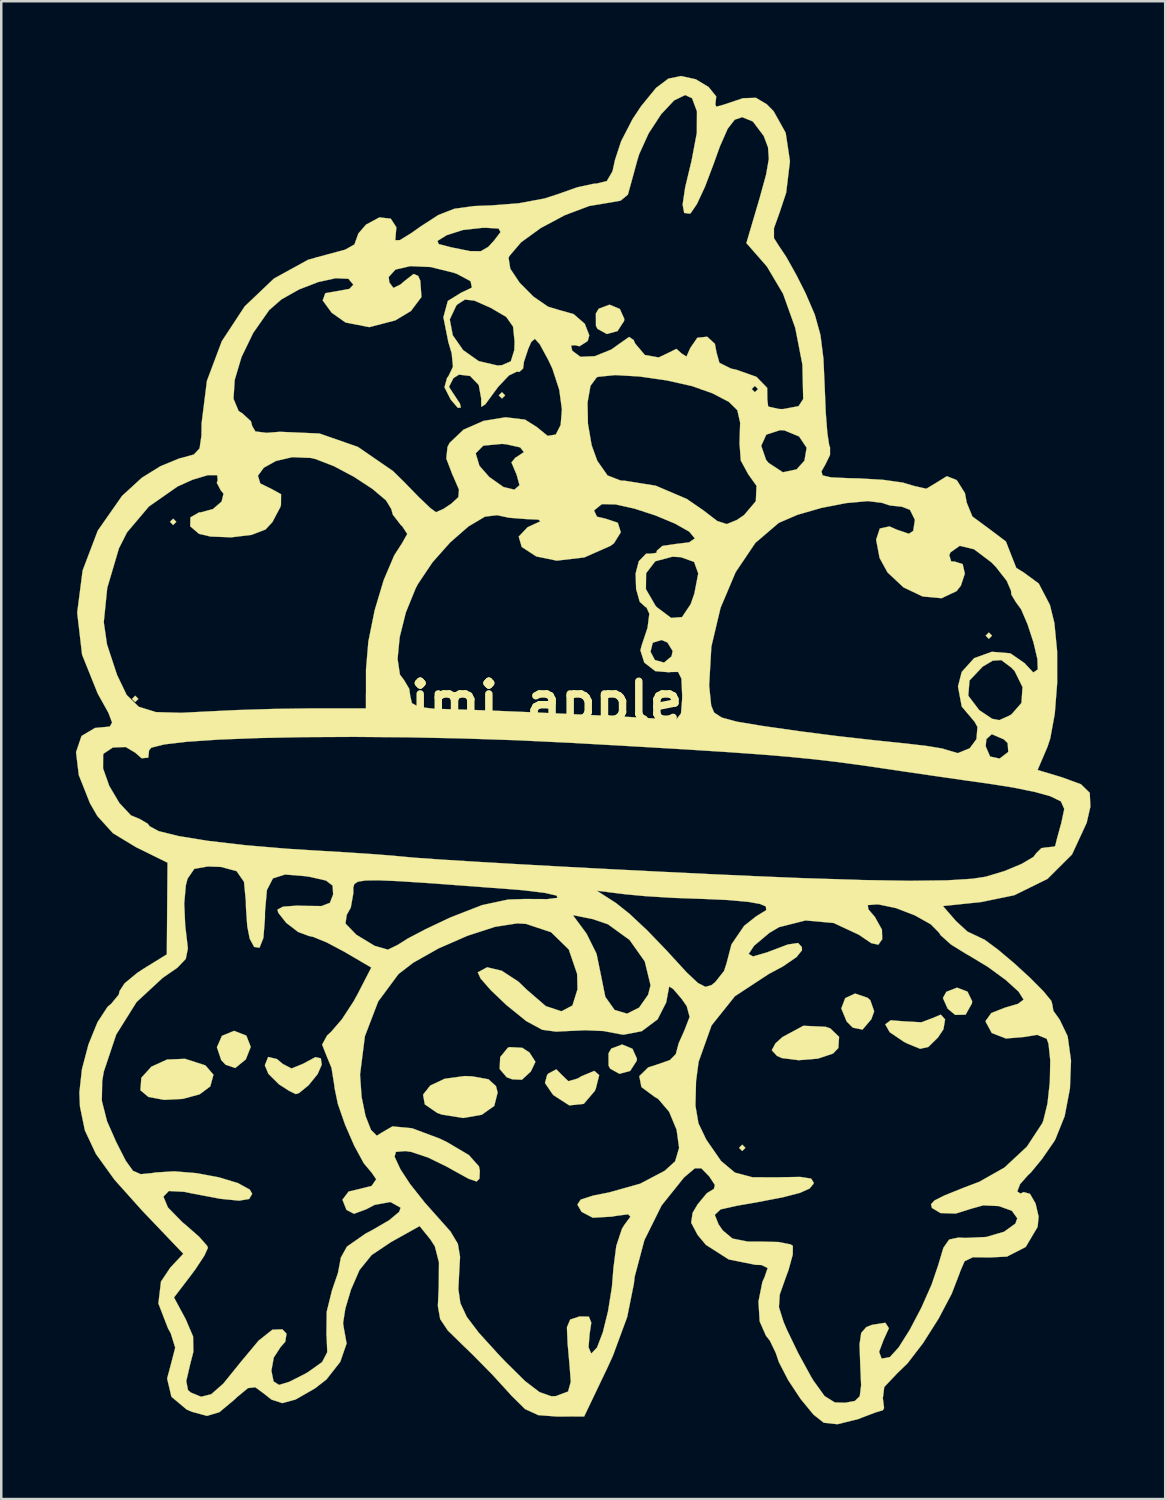
<source format=kicad_pcb>
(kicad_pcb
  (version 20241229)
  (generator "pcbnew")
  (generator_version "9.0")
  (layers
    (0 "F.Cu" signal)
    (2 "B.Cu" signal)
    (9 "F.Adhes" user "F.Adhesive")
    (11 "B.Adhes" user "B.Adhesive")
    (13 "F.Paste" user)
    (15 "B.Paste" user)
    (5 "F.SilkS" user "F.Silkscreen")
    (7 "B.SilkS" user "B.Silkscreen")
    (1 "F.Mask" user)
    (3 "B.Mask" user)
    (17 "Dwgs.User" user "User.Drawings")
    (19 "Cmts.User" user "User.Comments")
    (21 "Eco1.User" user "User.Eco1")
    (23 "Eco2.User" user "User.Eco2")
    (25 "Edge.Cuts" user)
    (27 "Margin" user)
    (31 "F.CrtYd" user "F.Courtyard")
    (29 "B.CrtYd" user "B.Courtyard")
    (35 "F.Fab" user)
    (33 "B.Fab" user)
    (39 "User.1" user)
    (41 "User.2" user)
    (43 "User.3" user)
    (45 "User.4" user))
  (footprint "mimi_apples"
    (layer "F.Cu")
    (at 18.51 25.151)
    (property "Reference" "mimi_apples" (at 0 0 0) (layer "F.SilkS") (effects (font (size 1.524 1.524) (thickness 0.3))))
    (attr through_hole)
    (fp_poly (pts (xy -16.002 -0.127) (xy -16.129 0) (xy -16.256 -0.127) (xy -16.129 -0.254) (xy -16.002 -0.127)) (stroke (width 0.01) (type solid)) (fill yes) (layer "F.SilkS"))
    (fp_poly (pts (xy -14.478 -7.239) (xy -14.605 -7.112) (xy -14.732 -7.239) (xy -14.605 -7.366) (xy -14.478 -7.239)) (stroke (width 0.01) (type solid)) (fill yes) (layer "F.SilkS"))
    (fp_poly (pts (xy -1.27 -12.319) (xy -1.397 -12.192) (xy -1.524 -12.319) (xy -1.397 -12.446) (xy -1.27 -12.319)) (stroke (width 0.01) (type solid)) (fill yes) (layer "F.SilkS"))
    (fp_poly (pts (xy 8.382 17.907) (xy 8.255 18.034) (xy 8.128 17.907) (xy 8.255 17.78) (xy 8.382 17.907)) (stroke (width 0.01) (type solid)) (fill yes) (layer "F.SilkS"))
    (fp_poly (pts (xy 18.288 -2.667) (xy 18.161 -2.54) (xy 18.034 -2.667) (xy 18.161 -2.794) (xy 18.288 -2.667)) (stroke (width 0.01) (type solid)) (fill yes) (layer "F.SilkS"))
    (fp_poly (pts (xy -11.664 13.4) (xy -11.488 13.853) (xy -11.687 14.354) (xy -12.11 14.7) (xy -12.496 14.571) (xy -12.673 14.383) (xy -12.847 13.868) (xy -12.644 13.407) (xy -12.157 13.208) (xy -11.664 13.4)) (stroke (width 0.01) (type solid)) (fill yes) (layer "F.SilkS"))
    (fp_poly (pts (xy 17.304 11.633) (xy 17.49 12.017) (xy 17.481 12.107) (xy 17.227 12.558) (xy 16.81 12.567) (xy 16.508 12.317) (xy 16.316 11.889) (xy 16.453 11.64) (xy 16.884 11.473) (xy 17.304 11.633)) (stroke (width 0.01) (type solid)) (fill yes) (layer "F.SilkS"))
    (fp_poly (pts (xy 3.338 -15.79) (xy 3.518 -15.391) (xy 3.508 -15.307) (xy 3.246 -14.902) (xy 2.816 -14.784) (xy 2.441 -14.992) (xy 2.379 -15.111) (xy 2.376 -15.608) (xy 2.489 -15.799) (xy 2.922 -15.962) (xy 3.338 -15.79)) (stroke (width 0.01) (type solid)) (fill yes) (layer "F.SilkS"))
    (fp_poly (pts (xy 3.846 13.928) (xy 4.026 14.327) (xy 4.016 14.411) (xy 3.754 14.816) (xy 3.324 14.934) (xy 2.949 14.726) (xy 2.887 14.607) (xy 2.884 14.11) (xy 2.997 13.919) (xy 3.43 13.756) (xy 3.846 13.928)) (stroke (width 0.01) (type solid)) (fill yes) (layer "F.SilkS"))
    (fp_poly (pts (xy 13.286 11.878) (xy 13.399 11.977) (xy 13.555 12.424) (xy 13.441 12.739) (xy 13.086 13.158) (xy 12.696 13.078) (xy 12.449 12.83) (xy 12.234 12.307) (xy 12.392 11.893) (xy 12.787 11.709) (xy 13.286 11.878)) (stroke (width 0.01) (type solid)) (fill yes) (layer "F.SilkS"))
    (fp_poly (pts (xy -0.581 13.889) (xy -0.294 14.075) (xy -0.052 14.451) (xy -0.234 14.834) (xy -0.243 14.846) (xy -0.595 15.171) (xy -0.986 15.154) (xy -1.206 15.072) (xy -1.489 14.74) (xy -1.468 14.264) (xy -1.167 13.893) (xy -1.098 13.861) (xy -0.581 13.889)) (stroke (width 0.01) (type solid)) (fill yes) (layer "F.SilkS"))
    (fp_poly (pts (xy -14.114 14.335) (xy -13.308 14.596) (xy -12.986 14.97) (xy -13.113 15.437) (xy -13.54 15.757) (xy -14.219 15.941) (xy -14.966 15.98) (xy -15.596 15.863) (xy -15.92 15.595) (xy -15.882 15.091) (xy -15.479 14.647) (xy -14.85 14.361) (xy -14.136 14.331) (xy -14.114 14.335)) (stroke (width 0.01) (type solid)) (fill yes) (layer "F.SilkS"))
    (fp_poly (pts (xy 11.605 13.045) (xy 11.79 13.108) (xy 12.146 13.449) (xy 12.116 13.898) (xy 11.899 14.121) (xy 11.294 14.323) (xy 10.522 14.387) (xy 9.848 14.301) (xy 9.652 14.214) (xy 9.442 13.987) (xy 9.59 13.71) (xy 9.871 13.457) (xy 10.711 13.004) (xy 11.605 13.045)) (stroke (width 0.01) (type solid)) (fill yes) (layer "F.SilkS"))
    (fp_poly (pts (xy -2.593 15.035) (xy -1.936 15.154) (xy -1.637 15.429) (xy -1.57 15.684) (xy -1.706 16.222) (xy -2.206 16.577) (xy -2.948 16.708) (xy -3.808 16.572) (xy -4 16.502) (xy -4.496 16.161) (xy -4.566 15.771) (xy -4.277 15.405) (xy -3.697 15.132) (xy -2.895 15.023) (xy -2.593 15.035)) (stroke (width 0.01) (type solid)) (fill yes) (layer "F.SilkS"))
    (fp_poly (pts (xy 16.404 12.748) (xy 16.337 13.145) (xy 16.115 13.478) (xy 15.73 13.855) (xy 15.401 13.928) (xy 14.901 13.724) (xy 14.752 13.649) (xy 14.18 13.263) (xy 14.001 12.947) (xy 14.221 12.782) (xy 14.712 12.823) (xy 15.452 12.864) (xy 15.863 12.71) (xy 16.231 12.556) (xy 16.404 12.748)) (stroke (width 0.01) (type solid)) (fill yes) (layer "F.SilkS"))
    (fp_poly (pts (xy -10.432 14.342) (xy -10.204 14.535) (xy -9.851 14.719) (xy -9.395 14.535) (xy -8.889 14.264) (xy -8.673 14.311) (xy -8.636 14.566) (xy -8.8 14.943) (xy -9.167 15.395) (xy -9.552 15.708) (xy -9.679 15.748) (xy -9.948 15.618) (xy -10.357 15.353) (xy -10.78 14.933) (xy -10.922 14.591) (xy -10.787 14.256) (xy -10.432 14.342)) (stroke (width 0.01) (type solid)) (fill yes) (layer "F.SilkS"))
    (fp_poly (pts (xy 1.019 14.988) (xy 1.27 15.23) (xy 1.638 15.125) (xy 1.795 15.032) (xy 2.312 14.815) (xy 2.509 14.987) (xy 2.371 15.534) (xy 2.333 15.62) (xy 1.891 16.14) (xy 1.31 16.202) (xy 0.684 15.8) (xy 0.63 15.742) (xy 0.331 15.302) (xy 0.419 14.978) (xy 0.474 14.919) (xy 0.787 14.754) (xy 1.019 14.988)) (stroke (width 0.01) (type solid)) (fill yes) (layer "F.SilkS"))
    (fp_poly (pts (xy 6.389 -25.016) (xy 6.904 -24.705) (xy 7.21 -24.327) (xy 7.176 -24.005) (xy 7.213 -23.915) (xy 7.493 -23.991) (xy 8.285 -24.256) (xy 8.806 -24.272) (xy 9.237 -24.015) (xy 9.513 -23.738) (xy 10 -22.866) (xy 10.172 -21.727) (xy 10.02 -20.462) (xy 9.764 -19.689) (xy 9.53 -19.036) (xy 9.53 -18.635) (xy 9.727 -18.324) (xy 10.024 -17.88) (xy 10.434 -17.146) (xy 10.797 -16.427) (xy 11.169 -15.564) (xy 11.396 -14.749) (xy 11.517 -13.79) (xy 11.567 -12.668) (xy 11.609 -11.639) (xy 11.673 -10.814) (xy 11.748 -10.315) (xy 11.782 -10.231) (xy 11.781 -9.927) (xy 11.595 -9.545) (xy 11.437 -9.265) (xy 11.483 -9.104) (xy 11.823 -9.025) (xy 12.544 -8.992) (xy 12.962 -8.983) (xy 13.912 -8.927) (xy 14.708 -8.815) (xy 15.147 -8.683) (xy 15.65 -8.569) (xy 16.061 -8.816) (xy 16.474 -9.072) (xy 16.846 -8.927) (xy 16.886 -8.894) (xy 17.202 -8.391) (xy 17.272 -8.01) (xy 17.501 -7.453) (xy 18.161 -6.967) (xy 18.847 -6.45) (xy 19.05 -5.928) (xy 19.263 -5.389) (xy 19.558 -5.207) (xy 20.167 -4.76) (xy 20.615 -3.9) (xy 20.794 -3.175) (xy 20.904 -2.04) (xy 20.906 -0.764) (xy 20.81 0.467) (xy 20.627 1.468) (xy 20.512 1.809) (xy 20.119 2.729) (xy 21.098 3.023) (xy 21.862 3.303) (xy 22.215 3.647) (xy 22.24 4.203) (xy 22.092 4.848) (xy 21.502 6.123) (xy 20.518 7.103) (xy 19.182 7.76) (xy 17.856 8.033) (xy 16.317 8.194) (xy 16.84 8.796) (xy 17.302 9.221) (xy 17.678 9.398) (xy 17.678 9.398) (xy 17.997 9.551) (xy 18.53 9.946) (xy 19.172 10.486) (xy 19.814 11.074) (xy 20.349 11.612) (xy 20.671 12.004) (xy 20.709 12.141) (xy 20.754 12.406) (xy 21.007 12.758) (xy 21.327 13.425) (xy 21.462 14.401) (xy 21.419 15.524) (xy 21.207 16.634) (xy 20.832 17.568) (xy 20.773 17.666) (xy 20.296 18.356) (xy 19.852 18.895) (xy 19.72 19.021) (xy 19.412 19.37) (xy 19.304 19.661) (xy 19.432 19.744) (xy 19.56 19.684) (xy 19.814 19.755) (xy 20.039 20.145) (xy 20.16 20.667) (xy 20.121 21.082) (xy 19.643 21.888) (xy 18.891 22.275) (xy 18.188 22.31) (xy 17.522 22.301) (xy 17.186 22.462) (xy 17.007 22.879) (xy 16.996 22.919) (xy 16.669 23.768) (xy 16.141 24.769) (xy 15.515 25.756) (xy 14.894 26.564) (xy 14.484 26.96) (xy 13.96 27.515) (xy 13.903 27.965) (xy 13.953 28.359) (xy 13.904 28.448) (xy 13.608 28.536) (xy 13.042 28.751) (xy 12.922 28.8) (xy 12.077 29.009) (xy 11.53 28.949) (xy 11.117 28.622) (xy 10.603 27.997) (xy 10.101 27.238) (xy 9.724 26.508) (xy 9.603 26.147) (xy 9.368 25.657) (xy 9.207 25.451) (xy 8.956 24.881) (xy 8.907 24.082) (xy 9.064 23.296) (xy 9.153 23.097) (xy 9.277 22.735) (xy 9.029 22.614) (xy 8.784 22.606) (xy 7.711 22.389) (xy 6.799 21.806) (xy 6.463 21.406) (xy 6.204 20.914) (xy 6.263 20.514) (xy 6.465 20.175) (xy 6.834 19.729) (xy 7.115 19.558) (xy 7.158 19.4) (xy 6.93 19.055) (xy 6.612 18.727) (xy 6.354 18.728) (xy 5.951 19.067) (xy 5.91 19.105) (xy 5.016 20.221) (xy 4.323 21.618) (xy 3.935 23.081) (xy 3.902 23.368) (xy 3.635 24.698) (xy 3.061 26.257) (xy 2.844 26.732) (xy 1.905 28.698) (xy 0.804 28.7) (xy 0.063 28.644) (xy -0.47 28.399) (xy -1.024 27.853) (xy -1.101 27.764) (xy -1.779 27.022) (xy -2.588 26.2) (xy -2.97 25.833) (xy -3.572 25.243) (xy -3.878 24.786) (xy -3.971 24.261) (xy -3.936 23.48) (xy -3.927 22.509) (xy -4.092 21.864) (xy -4.271 21.585) (xy -4.704 21.05) (xy -5.855 21.693) (xy -6.631 22.211) (xy -7.118 22.814) (xy -7.462 23.603) (xy -7.689 24.366) (xy -7.779 24.947) (xy -7.75 25.141) (xy -7.637 25.765) (xy -7.892 26.503) (xy -8.447 27.211) (xy -8.908 27.57) (xy -9.687 28.016) (xy -10.218 28.162) (xy -10.654 28.02) (xy -10.97 27.77) (xy -11.305 27.523) (xy -11.599 27.558) (xy -12.031 27.914) (xy -12.147 28.024) (xy -12.748 28.526) (xy -13.246 28.674) (xy -13.85 28.51) (xy -14.064 28.417) (xy -14.673 27.907) (xy -14.847 27.175) (xy -14.668 26.504) (xy -14.522 25.934) (xy -14.702 25.354) (xy -14.812 25.157) (xy -15.198 24.156) (xy -15.093 23.278) (xy -14.718 22.718) (xy -14.196 22.162) (xy -15.861 20.416) (xy -16.962 19.186) (xy -17.706 18.152) (xy -18.15 17.207) (xy -18.348 16.25) (xy -18.358 16.016) (xy -17.47 16.016) (xy -17.26 16.839) (xy -16.901 17.654) (xy -16.51 18.425) (xy -16.218 18.83) (xy -15.907 18.965) (xy -15.46 18.923) (xy -15.329 18.899) (xy -14.566 18.85) (xy -13.665 18.924) (xy -12.765 19.092) (xy -12.005 19.322) (xy -11.526 19.585) (xy -11.43 19.753) (xy -11.551 19.961) (xy -11.955 20.029) (xy -12.707 19.954) (xy -13.869 19.735) (xy -14.161 19.673) (xy -14.779 19.641) (xy -14.996 19.868) (xy -14.814 20.302) (xy -14.234 20.895) (xy -14.097 21.008) (xy -13.56 21.479) (xy -13.244 21.838) (xy -13.208 21.924) (xy -13.35 22.237) (xy -13.707 22.779) (xy -13.889 23.025) (xy -14.571 23.918) (xy -14.102 24.789) (xy -13.804 25.484) (xy -13.793 26.102) (xy -13.921 26.599) (xy -14.078 27.275) (xy -14.009 27.636) (xy -13.899 27.735) (xy -13.481 27.906) (xy -13.075 27.805) (xy -12.59 27.378) (xy -11.937 26.571) (xy -11.916 26.543) (xy -11.175 25.655) (xy -10.618 25.212) (xy -10.218 25.197) (xy -10.051 25.371) (xy -10.101 25.695) (xy -10.29 25.91) (xy -10.563 26.33) (xy -10.659 26.857) (xy -10.571 27.29) (xy -10.351 27.431) (xy -9.942 27.306) (xy -9.329 26.998) (xy -9.176 26.908) (xy -8.622 26.514) (xy -8.414 26.115) (xy -8.44 25.484) (xy -8.448 25.428) (xy -8.436 24.49) (xy -8.225 23.636) (xy -7.984 22.933) (xy -7.875 22.356) (xy -7.874 22.327) (xy -7.624 21.875) (xy -6.878 21.354) (xy -6.595 21.204) (xy -5.927 20.815) (xy -5.525 20.478) (xy -5.467 20.311) (xy -5.876 20.082) (xy -6.509 20.198) (xy -6.855 20.377) (xy -7.34 20.556) (xy -7.642 20.399) (xy -7.804 19.991) (xy -7.557 19.663) (xy -7.112 19.558) (xy -6.631 19.437) (xy -6.448 19.168) (xy -6.626 18.909) (xy -6.944 18.53) (xy -7.326 17.83) (xy -7.698 16.978) (xy -7.988 16.143) (xy -8.123 15.492) (xy -8.126 15.427) (xy -8.201 14.957) (xy -7.097 14.957) (xy -7.097 14.986) (xy -7.035 15.863) (xy -6.876 16.631) (xy -6.659 17.184) (xy -6.423 17.419) (xy -6.244 17.306) (xy -5.795 17.045) (xy -5.003 17.122) (xy -3.899 17.535) (xy -3.606 17.676) (xy -2.727 18.196) (xy -2.322 18.65) (xy -2.286 18.819) (xy -2.3 19.145) (xy -2.414 19.259) (xy -2.731 19.151) (xy -3.357 18.807) (xy -3.594 18.672) (xy -4.361 18.297) (xy -5.044 18.069) (xy -5.277 18.037) (xy -5.655 18.068) (xy -5.711 18.261) (xy -5.481 18.757) (xy -5.478 18.764) (xy -5.09 19.358) (xy -4.496 20.108) (xy -4.053 20.605) (xy -3.466 21.265) (xy -3.168 21.762) (xy -3.08 22.286) (xy -3.114 22.896) (xy -3.148 23.586) (xy -3.067 24.148) (xy -2.812 24.694) (xy -2.325 25.337) (xy -1.549 26.191) (xy -1.27 26.485) (xy -0.472 27.274) (xy 0.112 27.719) (xy 0.574 27.883) (xy 0.762 27.882) (xy 1.259 27.696) (xy 1.368 27.305) (xy 1.325 26.721) (xy 1.256 25.934) (xy 1.241 25.781) (xy 1.213 25.119) (xy 1.344 24.805) (xy 1.698 24.686) (xy 1.712 24.684) (xy 2.094 24.685) (xy 2.192 24.933) (xy 2.124 25.383) (xy 2.081 25.919) (xy 2.186 26.161) (xy 2.199 26.162) (xy 2.421 25.931) (xy 2.654 25.323) (xy 2.865 24.468) (xy 3.021 23.495) (xy 3.082 22.733) (xy 3.196 21.847) (xy 3.426 21.152) (xy 3.534 20.983) (xy 3.763 20.675) (xy 3.673 20.577) (xy 3.184 20.64) (xy 3.02 20.67) (xy 2.252 20.714) (xy 1.807 20.481) (xy 1.801 20.475) (xy 1.634 20.188) (xy 1.763 19.989) (xy 2.264 19.825) (xy 2.912 19.697) (xy 4.155 19.348) (xy 5.141 18.829) (xy 5.559 18.45) (xy 5.72 17.91) (xy 5.619 17.18) (xy 5.318 16.457) (xy 5.111 16.214) (xy 6.375 16.214) (xy 6.497 16.924) (xy 6.807 17.571) (xy 6.832 17.61) (xy 7.406 18.437) (xy 7.96 18.901) (xy 8.666 19.089) (xy 9.697 19.092) (xy 9.711 19.091) (xy 10.579 19.074) (xy 11.025 19.143) (xy 11.128 19.312) (xy 11.118 19.35) (xy 10.961 19.541) (xy 10.575 19.715) (xy 9.883 19.894) (xy 8.805 20.101) (xy 8.065 20.228) (xy 7.385 20.38) (xy 7.152 20.597) (xy 7.304 20.981) (xy 7.473 21.224) (xy 7.862 21.551) (xy 8.488 21.674) (xy 8.994 21.673) (xy 9.715 21.69) (xy 10.198 21.785) (xy 10.289 21.847) (xy 10.284 22.196) (xy 10.113 22.819) (xy 10.005 23.11) (xy 9.762 23.798) (xy 9.729 24.306) (xy 9.914 24.896) (xy 10.053 25.222) (xy 10.505 26.157) (xy 11.02 27.099) (xy 11.115 27.257) (xy 11.562 27.878) (xy 11.974 28.135) (xy 12.396 28.146) (xy 12.782 28.073) (xy 12.976 27.884) (xy 13.031 27.447) (xy 12.996 26.635) (xy 12.996 26.631) (xy 12.967 25.802) (xy 13.035 25.341) (xy 13.237 25.11) (xy 13.459 25.02) (xy 14.004 24.933) (xy 14.146 25.153) (xy 13.934 25.618) (xy 13.752 26.101) (xy 13.855 26.375) (xy 14.183 26.314) (xy 14.535 25.929) (xy 14.985 25.216) (xy 15.453 24.324) (xy 15.862 23.401) (xy 16.127 22.622) (xy 16.337 21.92) (xy 16.567 21.591) (xy 16.939 21.511) (xy 17.217 21.526) (xy 18.056 21.488) (xy 18.776 21.277) (xy 19.226 20.952) (xy 19.304 20.737) (xy 19.086 20.435) (xy 18.564 20.247) (xy 17.94 20.217) (xy 17.482 20.344) (xy 16.834 20.547) (xy 16.218 20.527) (xy 15.876 20.321) (xy 15.838 20.173) (xy 15.98 20.021) (xy 16.384 19.817) (xy 17.133 19.516) (xy 17.78 19.27) (xy 18.786 18.701) (xy 19.689 17.861) (xy 20.303 16.925) (xy 20.351 16.808) (xy 20.517 16.127) (xy 20.612 15.256) (xy 20.628 14.39) (xy 20.558 13.725) (xy 20.486 13.525) (xy 20.103 13.368) (xy 19.597 13.451) (xy 18.847 13.515) (xy 18.278 13.293) (xy 18.035 12.844) (xy 18.034 12.808) (xy 18.259 12.493) (xy 18.796 12.281) (xy 19.329 12.124) (xy 19.558 11.955) (xy 19.558 11.952) (xy 19.357 11.632) (xy 18.839 11.162) (xy 18.127 10.641) (xy 17.346 10.169) (xy 17.277 10.133) (xy 16.64 9.739) (xy 16.223 9.365) (xy 16.162 9.265) (xy 15.83 8.928) (xy 15.191 8.569) (xy 14.432 8.276) (xy 13.742 8.132) (xy 13.646 8.128) (xy 13.296 8.157) (xy 13.325 8.33) (xy 13.58 8.627) (xy 13.867 9.14) (xy 13.878 9.526) (xy 13.722 9.747) (xy 13.438 9.684) (xy 12.937 9.345) (xy 11.928 8.875) (xy 10.796 8.773) (xy 9.731 9.043) (xy 9.345 9.272) (xy 8.731 9.789) (xy 8.512 10.119) (xy 8.69 10.219) (xy 9.267 10.051) (xy 9.31 10.033) (xy 10.084 9.74) (xy 10.5 9.678) (xy 10.65 9.845) (xy 10.656 9.97) (xy 10.438 10.243) (xy 9.886 10.622) (xy 9.323 10.922) (xy 7.961 11.816) (xy 7.023 12.989) (xy 6.502 14.452) (xy 6.4 15.224) (xy 6.375 16.214) (xy 5.111 16.214) (xy 4.879 15.942) (xy 4.739 15.861) (xy 4.205 15.465) (xy 4.12 15.028) (xy 4.479 14.675) (xy 4.807 14.571) (xy 5.35 14.382) (xy 5.589 14.139) (xy 5.59 14.129) (xy 5.701 13.71) (xy 5.936 13.182) (xy 6.142 12.646) (xy 6.025 12.213) (xy 5.813 11.912) (xy 5.481 11.525) (xy 5.321 11.426) (xy 5.32 11.43) (xy 5.258 11.757) (xy 5.201 12.065) (xy 4.855 12.746) (xy 4.22 13.221) (xy 3.485 13.363) (xy 3.313 13.334) (xy 2.683 13.215) (xy 1.94 13.183) (xy 0.897 13.232) (xy 0.786 13.24) (xy 0.221 13.164) (xy -0.423 12.814) (xy -1.217 12.171) (xy -1.84 11.578) (xy -2.254 11.106) (xy -2.369 10.858) (xy -1.993 10.654) (xy -1.408 10.792) (xy -0.736 11.23) (xy -0.397 11.557) (xy 0.367 12.216) (xy 0.994 12.422) (xy 1.434 12.19) (xy 1.638 11.536) (xy 1.623 10.922) (xy 1.288 9.939) (xy 0.577 9.246) (xy -0.429 8.911) (xy -0.782 8.89) (xy -1.67 9.028) (xy -2.784 9.389) (xy -3.942 9.895) (xy -4.96 10.469) (xy -5.553 10.926) (xy -6.368 12.026) (xy -6.903 13.424) (xy -7.097 14.957) (xy -8.201 14.957) (xy -8.244 14.693) (xy -8.445 14.204) (xy -8.62 13.759) (xy -8.42 13.395) (xy -8.255 13.242) (xy -7.826 12.744) (xy -7.352 12.018) (xy -7.196 11.733) (xy -6.645 10.665) (xy -7.726 10.032) (xy -8.426 9.66) (xy -8.98 9.432) (xy -9.146 9.398) (xy -9.585 9.235) (xy -10.025 8.897) (xy -7.683 8.897) (xy -7.248 9.346) (xy -6.513 9.792) (xy -5.977 9.946) (xy -5.587 9.756) (xy -5.176 9.497) (xy -4.447 9.116) (xy -3.552 8.692) (xy -3.46 8.65) (xy -3.224 8.558) (xy 1.451 8.558) (xy 2.001 9.302) (xy 2.403 10.111) (xy 2.587 11.007) (xy 2.755 11.842) (xy 3.129 12.368) (xy 3.629 12.517) (xy 4.113 12.274) (xy 4.476 11.756) (xy 4.572 11.374) (xy 4.34 10.419) (xy 3.729 9.555) (xy 2.862 8.927) (xy 2.254 8.719) (xy 1.451 8.558) (xy -3.224 8.558) (xy -2.196 8.157) (xy -1.149 7.933) (xy -0.474 7.911) (xy 0.42 7.916) (xy 0.837 7.864) (xy 0.799 7.774) (xy 0.33 7.666) (xy -0.392 7.578) (xy 2.413 7.578) (xy 3.175 8.067) (xy 3.712 8.493) (xy 4.437 9.171) (xy 5.205 9.968) (xy 5.33 10.105) (xy 6.024 10.861) (xy 6.477 11.287) (xy 6.778 11.44) (xy 7.017 11.373) (xy 7.172 11.249) (xy 7.525 10.802) (xy 7.62 10.514) (xy 7.824 9.733) (xy 8.332 8.99) (xy 8.811 8.611) (xy 9.22 8.359) (xy 9.203 8.209) (xy 8.973 8.111) (xy 8.5 8.026) (xy 7.686 7.953) (xy 6.7 7.908) (xy 6.604 7.906) (xy 5.473 7.865) (xy 4.367 7.797) (xy 3.556 7.721) (xy 2.413 7.578) (xy -0.392 7.578) (xy -0.545 7.559) (xy -0.938 7.527) (xy -2.908 7.379) (xy -4.429 7.267) (xy -5.559 7.194) (xy -6.356 7.16) (xy -6.878 7.167) (xy -7.182 7.216) (xy -7.326 7.309) (xy -7.368 7.447) (xy -7.367 7.63) (xy -7.366 7.676) (xy -7.47 8.259) (xy -7.631 8.545) (xy -7.683 8.897) (xy -10.025 8.897) (xy -10.067 8.864) (xy -10.382 8.462) (xy -10.414 8.338) (xy -10.189 8.219) (xy -9.622 8.177) (xy -9.335 8.187) (xy -8.642 8.195) (xy -8.307 8.065) (xy -8.181 7.736) (xy -8.178 7.714) (xy -8.2 7.373) (xy -8.468 7.169) (xy -9.1 7.025) (xy -9.293 6.995) (xy -10.11 6.927) (xy -10.597 7.083) (xy -10.838 7.55) (xy -10.915 8.413) (xy -10.918 8.7) (xy -10.98 9.475) (xy -11.136 9.869) (xy -11.351 9.836) (xy -11.53 9.504) (xy -11.627 9.006) (xy -11.68 8.254) (xy -11.684 8.007) (xy -11.759 7.221) (xy -12.056 6.792) (xy -12.682 6.623) (xy -13.209 6.604) (xy -13.755 6.7) (xy -14.025 7.092) (xy -14.094 7.354) (xy -14.16 8.089) (xy -14.12 8.989) (xy -14.091 9.226) (xy -14.013 9.895) (xy -14.098 10.317) (xy -14.436 10.672) (xy -15.026 11.08) (xy -16.074 12.05) (xy -16.892 13.356) (xy -17.391 14.846) (xy -17.455 15.226) (xy -17.47 16.016) (xy -18.358 16.016) (xy -18.372 15.689) (xy -18.269 14.752) (xy -18.006 13.753) (xy -17.643 12.861) (xy -17.239 12.243) (xy -17.089 12.116) (xy -16.789 11.752) (xy -16.757 11.608) (xy -16.554 11.298) (xy -16.051 10.882) (xy -15.805 10.72) (xy -14.859 10.136) (xy -14.845 8.294) (xy -14.83 6.452) (xy -16.097 5.829) (xy -17.023 5.268) (xy -17.65 4.577) (xy -17.946 4.064) (xy -18.395 2.932) (xy -18.427 2.667) (xy -17.42 2.667) (xy -17.171 3.369) (xy -16.766 4.054) (xy -16.302 4.55) (xy -15.947 4.699) (xy -15.629 4.884) (xy -15.548 4.99) (xy -15.186 5.186) (xy -14.384 5.384) (xy -13.209 5.575) (xy -11.729 5.748) (xy -10.011 5.894) (xy -8.89 5.964) (xy -7.691 6.035) (xy -6.605 6.107) (xy -5.783 6.171) (xy -5.461 6.202) (xy -4.875 6.255) (xy -3.86 6.326) (xy -2.493 6.411) (xy -0.853 6.507) (xy 0.983 6.609) (xy 2.935 6.712) (xy 4.927 6.813) (xy 6.879 6.908) (xy 8.715 6.991) (xy 10.356 7.06) (xy 10.668 7.072) (xy 13.073 7.149) (xy 14.998 7.18) (xy 16.468 7.162) (xy 17.511 7.097) (xy 18.034 7.016) (xy 18.789 6.789) (xy 19.48 6.501) (xy 19.952 6.222) (xy 20.066 6.071) (xy 20.272 5.868) (xy 20.447 5.842) (xy 20.786 5.806) (xy 20.828 5.777) (xy 20.891 5.515) (xy 21.043 4.961) (xy 21.068 4.876) (xy 21.191 4.294) (xy 21.057 3.99) (xy 20.635 3.785) (xy 20.028 3.615) (xy 19.129 3.432) (xy 18.299 3.3) (xy 17.303 3.159) (xy 16.013 2.973) (xy 14.64 2.773) (xy 13.97 2.673) (xy 12.965 2.527) (xy 12.035 2.403) (xy 11.109 2.295) (xy 10.113 2.197) (xy 8.976 2.103) (xy 7.626 2.007) (xy 5.989 1.903) (xy 3.995 1.786) (xy 1.57 1.649) (xy 1.397 1.639) (xy -0.783 1.535) (xy -3.004 1.461) (xy -5.21 1.416) (xy -7.344 1.399) (xy -9.35 1.409) (xy -11.171 1.446) (xy -12.752 1.507) (xy -14.035 1.593) (xy -14.964 1.702) (xy -15.484 1.833) (xy -15.572 1.942) (xy -15.604 2.233) (xy -15.871 2.258) (xy -16.129 2.032) (xy -16.51 1.806) (xy -17.026 1.824) (xy -17.395 2.069) (xy -17.417 2.115) (xy -17.42 2.667) (xy -18.427 2.667) (xy -18.505 2.013) (xy -18.286 1.364) (xy -17.745 1.041) (xy -17.475 1.016) (xy -17.151 0.985) (xy -17.057 0.824) (xy -17.203 0.435) (xy -17.602 -0.283) (xy -17.633 -0.336) (xy -18.263 -1.904) (xy -18.414 -3.207) (xy -17.392 -3.207) (xy -17.262 -2.316) (xy -16.86 -1.094) (xy -16.472 -0.284) (xy -15.986 0.19) (xy -15.293 0.404) (xy -14.282 0.432) (xy -13.335 0.384) (xy -12.04 0.321) (xy -10.546 0.275) (xy -9.163 0.256) (xy -9.081 0.256) (xy -6.858 0.254) (xy -6.858 -1.307) (xy -6.822 -1.733) (xy -5.59 -1.733) (xy -5.495 -1.101) (xy -5.334 -0.889) (xy -5.121 -0.531) (xy -5.08 -0.239) (xy -5.014 0.043) (xy -4.74 0.198) (xy -4.14 0.267) (xy -3.619 0.284) (xy -2.769 0.309) (xy -1.611 0.352) (xy -0.261 0.408) (xy 1.162 0.473) (xy 2.541 0.539) (xy 3.758 0.602) (xy 4.697 0.657) (xy 5.224 0.696) (xy 5.617 0.684) (xy 5.795 0.458) (xy 5.841 -0.116) (xy 5.842 -0.286) (xy 5.825 -0.661) (xy 6.925 -0.661) (xy 7.009 0.144) (xy 7.126 0.423) (xy 7.433 0.623) (xy 8.034 0.787) (xy 9.033 0.954) (xy 9.074 0.96) (xy 10.607 1.179) (xy 12.007 1.359) (xy 13.504 1.528) (xy 14.859 1.669) (xy 15.683 1.766) (xy 16.278 1.864) (xy 16.489 1.927) (xy 16.915 2.052) (xy 17.393 1.857) (xy 17.452 1.778) (xy 18.034 1.778) (xy 18.211 2.188) (xy 18.595 2.27) (xy 18.941 2.004) (xy 18.917 1.649) (xy 18.765 1.499) (xy 18.279 1.29) (xy 18.061 1.49) (xy 18.034 1.778) (xy 17.452 1.778) (xy 17.663 1.492) (xy 17.704 1.003) (xy 17.591 0.794) (xy 17.073 0.181) (xy 16.991 -0.254) (xy 17.335 -0.254) (xy 17.769 0.317) (xy 17.837 0.367) (xy 18.294 0.672) (xy 18.582 0.726) (xy 18.957 0.558) (xy 19.067 0.499) (xy 19.471 0.037) (xy 19.514 -0.603) (xy 19.197 -1.246) (xy 19.057 -1.391) (xy 18.662 -1.686) (xy 18.318 -1.663) (xy 17.914 -1.425) (xy 17.384 -0.865) (xy 17.335 -0.254) (xy 16.991 -0.254) (xy 16.922 -0.625) (xy 17.072 -1.211) (xy 17.571 -1.763) (xy 18.283 -2.019) (xy 19.024 -1.958) (xy 19.607 -1.556) (xy 19.634 -1.52) (xy 19.948 -1.187) (xy 20.124 -1.309) (xy 20.127 -1.316) (xy 20.112 -1.73) (xy 19.955 -2.395) (xy 19.716 -3.124) (xy 19.457 -3.729) (xy 19.241 -4.022) (xy 19.067 -4.314) (xy 19.05 -4.475) (xy 18.88 -4.87) (xy 18.453 -5.416) (xy 18.265 -5.611) (xy 17.567 -6.138) (xy 16.994 -6.277) (xy 16.62 -6.013) (xy 16.571 -5.898) (xy 16.65 -5.648) (xy 16.789 -5.644) (xy 17.11 -5.54) (xy 17.197 -5.158) (xy 17.038 -4.676) (xy 16.867 -4.457) (xy 16.261 -4.171) (xy 15.503 -4.241) (xy 14.733 -4.607) (xy 14.091 -5.207) (xy 13.771 -5.792) (xy 13.634 -6.524) (xy 13.782 -6.971) (xy 14.171 -7.055) (xy 14.458 -6.927) (xy 14.95 -6.76) (xy 15.124 -6.875) (xy 15.191 -7.32) (xy 14.993 -7.721) (xy 14.672 -7.846) (xy 14.184 -7.897) (xy 13.866 -8.003) (xy 13.303 -8.072) (xy 12.436 -7.993) (xy 11.436 -7.799) (xy 10.476 -7.523) (xy 9.727 -7.2) (xy 9.721 -7.196) (xy 8.783 -6.394) (xy 7.99 -5.217) (xy 7.385 -3.787) (xy 7.015 -2.228) (xy 6.925 -0.661) (xy 5.825 -0.661) (xy 5.812 -0.942) (xy 5.679 -1.21) (xy 5.374 -1.207) (xy 5.33 -1.195) (xy 4.762 -1.243) (xy 4.32 -1.587) (xy 4.182 -2.021) (xy 4.57 -2.021) (xy 4.747 -1.688) (xy 5.114 -1.585) (xy 5.414 -1.835) (xy 5.461 -2.05) (xy 5.25 -2.393) (xy 5.016 -2.492) (xy 4.66 -2.383) (xy 4.57 -2.021) (xy 4.182 -2.021) (xy 4.165 -2.076) (xy 4.209 -2.255) (xy 4.452 -2.985) (xy 4.523 -3.549) (xy 4.406 -3.806) (xy 4.377 -3.81) (xy 4.137 -4.028) (xy 3.995 -4.535) (xy 4.386 -4.535) (xy 4.777 -3.86) (xy 4.826 -3.81) (xy 5.4 -3.379) (xy 5.837 -3.414) (xy 6.184 -3.932) (xy 6.331 -4.354) (xy 6.488 -5.166) (xy 6.322 -5.629) (xy 5.787 -5.82) (xy 5.448 -5.838) (xy 4.761 -5.654) (xy 4.394 -5.176) (xy 4.386 -4.535) (xy 3.995 -4.535) (xy 3.992 -4.547) (xy 3.973 -5.164) (xy 4.1 -5.656) (xy 4.395 -5.961) (xy 4.585 -5.961) (xy 4.81 -5.994) (xy 4.826 -6.081) (xy 5.047 -6.27) (xy 5.578 -6.35) (xy 5.588 -6.35) (xy 6.123 -6.415) (xy 6.35 -6.572) (xy 6.35 -6.575) (xy 6.126 -6.846) (xy 5.551 -7.17) (xy 4.769 -7.496) (xy 3.927 -7.77) (xy 3.17 -7.939) (xy 2.642 -7.951) (xy 2.603 -7.94) (xy 2.301 -7.696) (xy 2.419 -7.447) (xy 2.767 -7.366) (xy 3.256 -7.203) (xy 3.378 -6.821) (xy 3.103 -6.379) (xy 2.965 -6.275) (xy 1.916 -5.811) (xy 0.805 -5.68) (xy -0.017 -5.849) (xy -0.602 -6.23) (xy -0.724 -6.645) (xy -0.37 -7.02) (xy -0.191 -7.104) (xy 0.149 -7.261) (xy 0.062 -7.329) (xy -0.424 -7.35) (xy -1.112 -7.404) (xy -1.593 -7.506) (xy -2.081 -7.448) (xy -2.743 -7.054) (xy -3.478 -6.412) (xy -4.186 -5.615) (xy -4.766 -4.751) (xy -4.862 -4.572) (xy -5.257 -3.601) (xy -5.505 -2.611) (xy -5.59 -1.733) (xy -6.822 -1.733) (xy -6.763 -2.433) (xy -6.51 -3.686) (xy -6.148 -4.896) (xy -5.725 -5.891) (xy -5.412 -6.377) (xy -5.2 -6.752) (xy -5.402 -7.062) (xy -5.455 -7.107) (xy -5.78 -7.527) (xy -5.842 -7.754) (xy -6.053 -8.101) (xy -6.598 -8.561) (xy -7.341 -9.048) (xy -8.147 -9.476) (xy -8.883 -9.761) (xy -9.073 -9.806) (xy -9.819 -9.837) (xy -10.476 -9.684) (xy -10.963 -9.414) (xy -11.2 -9.091) (xy -11.104 -8.78) (xy -10.645 -8.556) (xy -10.27 -8.348) (xy -10.274 -7.919) (xy -10.301 -7.829) (xy -10.617 -7.23) (xy -10.895 -6.931) (xy -11.455 -6.716) (xy -12.272 -6.617) (xy -13.105 -6.649) (xy -13.568 -6.758) (xy -13.919 -7.061) (xy -13.912 -7.417) (xy -13.564 -7.617) (xy -13.493 -7.62) (xy -13.007 -7.752) (xy -12.659 -8.051) (xy -12.581 -8.373) (xy -12.692 -8.504) (xy -12.851 -8.808) (xy -12.816 -8.908) (xy -12.834 -9.113) (xy -13.205 -9.116) (xy -13.825 -8.931) (xy -14.425 -8.661) (xy -15.58 -7.854) (xy -16.46 -6.813) (xy -16.783 -6.173) (xy -17.252 -4.588) (xy -17.392 -3.207) (xy -18.414 -3.207) (xy -18.459 -3.589) (xy -18.241 -5.285) (xy -17.633 -6.885) (xy -16.656 -8.282) (xy -15.859 -9.012) (xy -15.113 -9.474) (xy -14.361 -9.784) (xy -14.236 -9.815) (xy -13.77 -9.945) (xy -13.543 -10.19) (xy -13.468 -10.702) (xy -13.462 -11.198) (xy -13.338 -12.183) (xy -12.181 -12.183) (xy -11.976 -11.692) (xy -11.828 -11.599) (xy -11.48 -11.28) (xy -11.43 -11.088) (xy -11.301 -10.87) (xy -10.848 -10.814) (xy -10.315 -10.856) (xy -8.728 -10.787) (xy -7.184 -10.25) (xy -5.776 -9.281) (xy -5.343 -8.857) (xy -4.738 -8.234) (xy -4.271 -7.79) (xy -4.049 -7.626) (xy -3.755 -7.754) (xy -3.439 -7.962) (xy -3.148 -8.229) (xy -3.123 -8.533) (xy -3.355 -9.072) (xy -3.381 -9.124) (xy -3.633 -9.781) (xy -3.611 -9.991) (xy -2.452 -9.991) (xy -2.302 -9.49) (xy -1.908 -9.042) (xy -1.336 -8.637) (xy -0.897 -8.532) (xy -0.691 -8.713) (xy -0.817 -9.165) (xy -0.837 -9.2) (xy -1.015 -9.625) (xy -0.852 -9.823) (xy -0.826 -9.833) (xy -0.515 -10.04) (xy -0.664 -10.229) (xy -1.227 -10.355) (xy -1.402 -10.37) (xy -2.146 -10.3) (xy -2.452 -9.991) (xy -3.611 -9.991) (xy -3.583 -10.252) (xy -3.496 -10.415) (xy -2.938 -10.943) (xy -2.134 -11.294) (xy -1.254 -11.439) (xy -0.47 -11.345) (xy 0 -11.049) (xy 0.44 -10.691) (xy 0.765 -10.746) (xy 0.961 -11.129) (xy 1.012 -11.756) (xy 0.975 -12.03) (xy 2.041 -12.03) (xy 2.057 -11.182) (xy 2.206 -10.315) (xy 2.432 -9.691) (xy 2.844 -9.103) (xy 3.377 -8.896) (xy 3.537 -8.89) (xy 4.78 -8.691) (xy 6.028 -8.158) (xy 6.687 -7.706) (xy 7.252 -7.272) (xy 7.635 -7.149) (xy 8.037 -7.313) (xy 8.325 -7.507) (xy 8.801 -8.068) (xy 8.828 -8.687) (xy 8.492 -9.158) (xy 8.197 -9.703) (xy 8.154 -10.294) (xy 9.017 -10.294) (xy 9.213 -9.729) (xy 9.313 -9.606) (xy 9.889 -9.23) (xy 10.439 -9.347) (xy 10.753 -9.694) (xy 10.842 -10.217) (xy 10.538 -10.669) (xy 9.952 -10.911) (xy 9.775 -10.922) (xy 9.221 -10.741) (xy 9.017 -10.294) (xy 8.154 -10.294) (xy 8.146 -10.396) (xy 8.171 -11.227) (xy 8.058 -11.724) (xy 7.715 -12.061) (xy 7.048 -12.407) (xy 6.578 -12.573) (xy 8.636 -12.573) (xy 8.763 -12.446) (xy 8.89 -12.573) (xy 8.763 -12.7) (xy 8.636 -12.573) (xy 6.578 -12.573) (xy 6.244 -12.691) (xy 5.212 -12.922) (xy 4.126 -13.078) (xy 3.156 -13.134) (xy 2.475 -13.066) (xy 2.412 -13.045) (xy 2.159 -12.704) (xy 2.041 -12.03) (xy 0.975 -12.03) (xy 0.906 -12.541) (xy 0.626 -13.401) (xy 0.463 -13.744) (xy 0.124 -14.37) (xy -0.074 -14.593) (xy -0.22 -14.465) (xy -0.338 -14.197) (xy -0.513 -13.669) (xy -0.548 -13.399) (xy -0.697 -13.262) (xy -0.801 -13.272) (xy -1.114 -13.121) (xy -1.545 -12.667) (xy -1.695 -12.465) (xy -2.064 -11.961) (xy -2.224 -11.857) (xy -2.233 -12.121) (xy -2.227 -12.175) (xy -2.329 -12.736) (xy -2.678 -13.1) (xy -3.123 -13.152) (xy -3.346 -13.012) (xy -3.526 -12.663) (xy -3.353 -12.395) (xy -3.084 -11.988) (xy -3.048 -11.831) (xy -3.167 -11.817) (xy -3.451 -12.146) (xy -3.706 -12.642) (xy -3.603 -13.018) (xy -3.54 -13.1) (xy -3.364 -13.47) (xy -3.415 -14.003) (xy -3.552 -14.467) (xy -3.731 -15.368) (xy -3.494 -15.368) (xy -3.373 -14.733) (xy -2.956 -14.137) (xy -2.33 -13.695) (xy -1.581 -13.52) (xy -1.397 -13.531) (xy -1.041 -13.687) (xy -0.901 -14.138) (xy -0.889 -14.478) (xy -0.951 -15.082) (xy -1.225 -15.471) (xy -1.843 -15.833) (xy -1.864 -15.843) (xy -2.503 -16.125) (xy -2.88 -16.168) (xy -3.174 -15.983) (xy -3.231 -15.928) (xy -3.494 -15.368) (xy -3.731 -15.368) (xy -3.749 -15.456) (xy -3.571 -16.111) (xy -3.047 -16.437) (xy -2.603 -16.648) (xy -2.658 -16.907) (xy -3.204 -17.198) (xy -3.34 -17.247) (xy -4.264 -17.475) (xy -5.078 -17.511) (xy -5.675 -17.372) (xy -5.946 -17.075) (xy -5.922 -16.859) (xy -5.758 -16.634) (xy -5.472 -16.773) (xy -5.308 -16.915) (xy -4.945 -17.197) (xy -4.763 -17.119) (xy -4.677 -16.926) (xy -4.631 -16.27) (xy -5.054 -15.708) (xy -5.68 -15.332) (xy -6.726 -15.06) (xy -7.679 -15.246) (xy -8.237 -15.64) (xy -8.597 -16.133) (xy -8.492 -16.424) (xy -8.001 -16.51) (xy -7.524 -16.597) (xy -7.366 -16.764) (xy -7.565 -17.003) (xy -8.079 -17.025) (xy -8.782 -16.87) (xy -9.549 -16.573) (xy -10.255 -16.175) (xy -10.749 -15.743) (xy -11.388 -14.829) (xy -11.859 -13.859) (xy -12.132 -12.941) (xy -12.181 -12.183) (xy -13.338 -12.183) (xy -13.248 -12.902) (xy -12.649 -14.496) (xy -11.73 -15.895) (xy -10.554 -17.013) (xy -9.186 -17.765) (xy -8.905 -17.843) (xy -1.132 -17.843) (xy -1.062 -17.406) (xy -0.687 -16.844) (xy -0.138 -16.291) (xy 0.454 -15.882) (xy 0.899 -15.748) (xy 1.48 -15.585) (xy 1.93 -15.196) (xy 2.111 -14.731) (xy 2.048 -14.503) (xy 1.72 -14.291) (xy 1.555 -14.332) (xy 1.38 -14.324) (xy 1.426 -14.112) (xy 1.755 -13.868) (xy 2.333 -13.893) (xy 2.997 -14.161) (xy 3.36 -14.42) (xy 3.712 -14.667) (xy 3.893 -14.543) (xy 3.951 -14.405) (xy 4.344 -13.941) (xy 4.901 -13.843) (xy 5.259 -14.013) (xy 5.611 -14.187) (xy 5.826 -13.996) (xy 6.015 -13.878) (xy 6.17 -14.225) (xy 6.451 -14.633) (xy 6.847 -14.676) (xy 7.158 -14.388) (xy 7.221 -14.045) (xy 7.338 -13.627) (xy 7.805 -13.395) (xy 8.021 -13.348) (xy 8.826 -13.064) (xy 9.257 -12.622) (xy 9.264 -12.14) (xy 9.297 -11.87) (xy 9.73 -11.772) (xy 9.895 -11.769) (xy 10.518 -11.886) (xy 10.704 -12.171) (xy 10.672 -13.558) (xy 10.385 -15.03) (xy 9.895 -16.401) (xy 9.254 -17.483) (xy 9.157 -17.599) (xy 8.422 -18.437) (xy 8.947 -20.219) (xy 9.213 -21.182) (xy 9.324 -21.819) (xy 9.291 -22.283) (xy 9.124 -22.728) (xy 9.114 -22.748) (xy 8.682 -23.321) (xy 8.252 -23.495) (xy 7.952 -23.393) (xy 7.671 -23.03) (xy 7.357 -22.318) (xy 7.102 -21.608) (xy 6.76 -20.703) (xy 6.435 -20.006) (xy 6.187 -19.641) (xy 6.149 -19.618) (xy 5.924 -19.648) (xy 5.861 -19.982) (xy 5.964 -20.679) (xy 6.219 -21.741) (xy 6.431 -22.863) (xy 6.436 -23.727) (xy 6.24 -24.255) (xy 5.964 -24.384) (xy 5.518 -24.168) (xy 4.996 -23.61) (xy 4.495 -22.844) (xy 4.115 -22.006) (xy 4.042 -21.769) (xy 3.842 -21.035) (xy 3.691 -20.488) (xy 3.662 -20.384) (xy 3.37 -20.141) (xy 2.946 -20.066) (xy 2.103 -19.925) (xy 1.126 -19.556) (xy 0.164 -19.043) (xy -0.628 -18.469) (xy -1.1 -17.916) (xy -1.132 -17.843) (xy -8.905 -17.843) (xy -8.351 -17.996) (xy -7.696 -18.171) (xy -7.326 -18.379) (xy -7.292 -18.466) (xy -7.272 -18.522) (xy -3.99 -18.522) (xy -3.935 -18.396) (xy -3.429 -18.265) (xy -2.679 -18.113) (xy -2.244 -18.111) (xy -1.944 -18.286) (xy -1.71 -18.542) (xy -1.454 -18.879) (xy -1.532 -19.02) (xy -2.024 -19.05) (xy -2.178 -19.05) (xy -2.964 -18.963) (xy -3.618 -18.753) (xy -3.636 -18.743) (xy -3.99 -18.522) (xy -7.272 -18.522) (xy -7.164 -18.823) (xy -6.857 -19.178) (xy -6.32 -19.468) (xy -5.864 -19.417) (xy -5.639 -19.072) (xy -5.662 -18.795) (xy -5.682 -18.547) (xy -5.499 -18.554) (xy -5.036 -18.84) (xy -4.662 -19.104) (xy -3.953 -19.563) (xy -3.309 -19.815) (xy -2.513 -19.924) (xy -1.828 -19.949) (xy -0.722 -20.035) (xy 0.309 -20.227) (xy 0.857 -20.404) (xy 1.623 -20.676) (xy 2.292 -20.821) (xy 2.412 -20.828) (xy 2.816 -20.929) (xy 3.044 -21.319) (xy 3.145 -21.781) (xy 3.391 -22.528) (xy 3.848 -23.414) (xy 4.196 -23.939) (xy 4.794 -24.67) (xy 5.286 -25.041) (xy 5.795 -25.146) (xy 5.805 -25.146) (xy 6.389 -25.016)) (stroke (width 0.01) (type solid)) (fill yes) (layer "F.SilkS")))
  (gr_rect
    (start -3 -3)
    (end 43.756 57.165)
    (stroke (width 0.1) (type default))
    (fill no)
    (layer "Edge.Cuts")))
</source>
